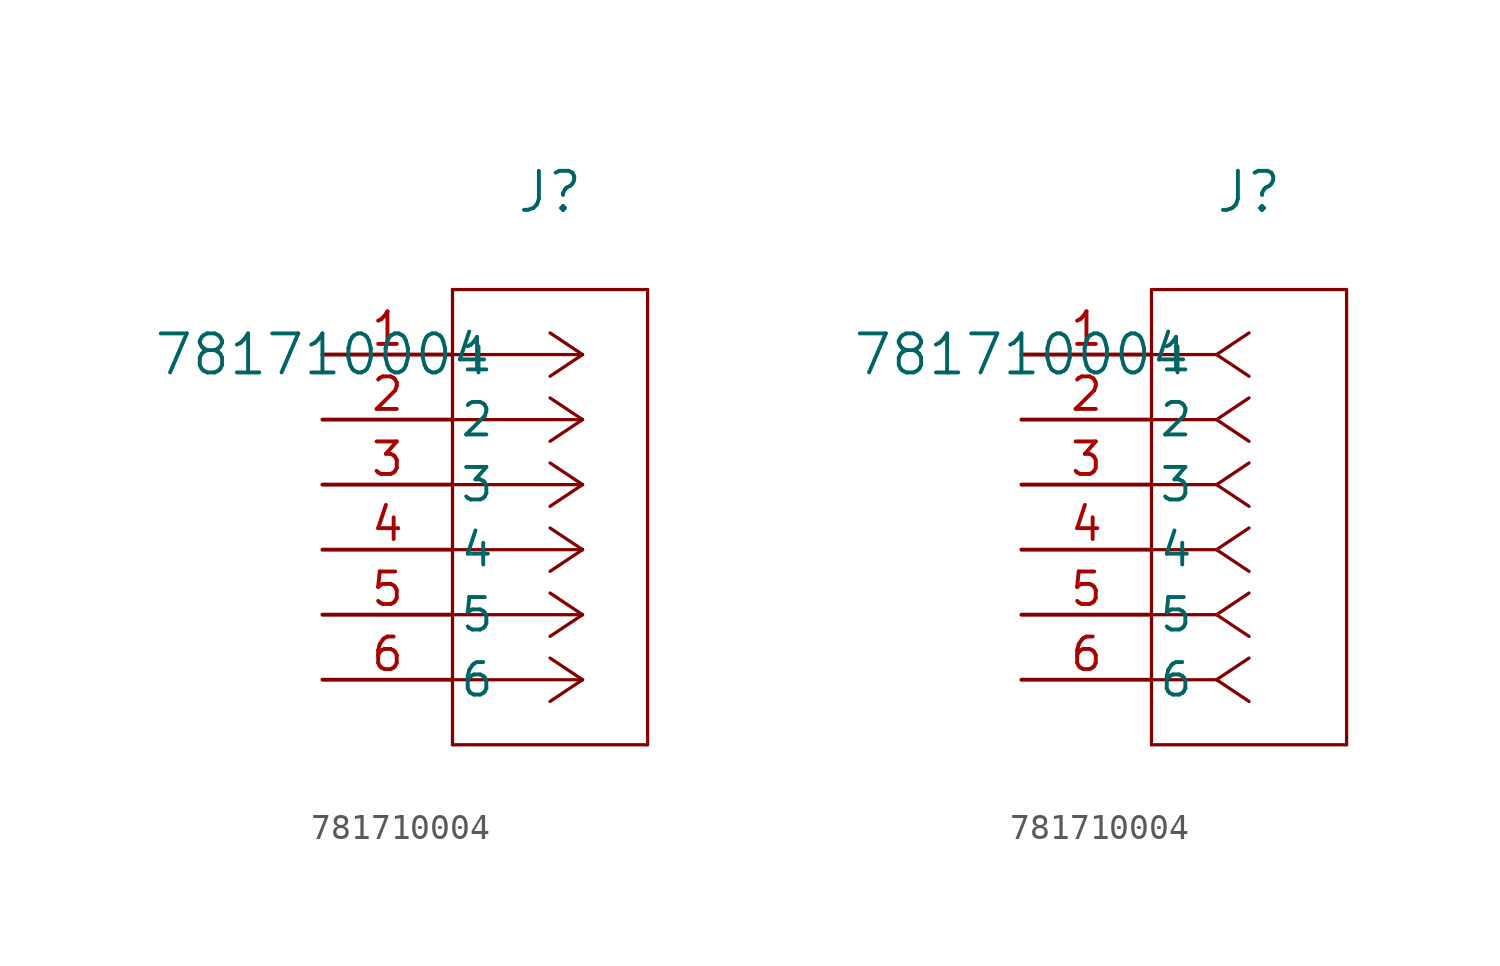
<source format=kicad_sym>
(kicad_symbol_lib
  (version 20211014)
  (generator kicad_symbol_editor)
  (symbol "781710004"
    (pin_names
      (offset 0.254))
    (property "Reference" "J"
      (at 8.89 6.35 0)
      (effects (font (size 1.524 1.524))))
    (property "Value" "781710004"
      (at 0 0 0)
      (effects (font (size 1.524 1.524))))
    (symbol "781710004_1_1"
      (polyline (pts (xy 10.16 0) (xy 5.08 0)) (stroke (width 0.127) (type default) (color 0 0 0 0)) (fill (type none)))
      (polyline (pts (xy 10.16 -2.54) (xy 5.08 -2.54)) (stroke (width 0.127) (type default) (color 0 0 0 0)) (fill (type none)))
      (polyline (pts (xy 10.16 -5.08) (xy 5.08 -5.08)) (stroke (width 0.127) (type default) (color 0 0 0 0)) (fill (type none)))
      (polyline (pts (xy 10.16 -7.62) (xy 5.08 -7.62)) (stroke (width 0.127) (type default) (color 0 0 0 0)) (fill (type none)))
      (polyline (pts (xy 10.16 -10.16) (xy 5.08 -10.16)) (stroke (width 0.127) (type default) (color 0 0 0 0)) (fill (type none)))
      (polyline (pts (xy 10.16 -12.7) (xy 5.08 -12.7)) (stroke (width 0.127) (type default) (color 0 0 0 0)) (fill (type none)))
      (polyline (pts (xy 10.16 0) (xy 8.89 0.847)) (stroke (width 0.127) (type default) (color 0 0 0 0)) (fill (type none)))
      (polyline (pts (xy 10.16 -2.54) (xy 8.89 -1.693)) (stroke (width 0.127) (type default) (color 0 0 0 0)) (fill (type none)))
      (polyline (pts (xy 10.16 -5.08) (xy 8.89 -4.233)) (stroke (width 0.127) (type default) (color 0 0 0 0)) (fill (type none)))
      (polyline (pts (xy 10.16 -7.62) (xy 8.89 -6.773)) (stroke (width 0.127) (type default) (color 0 0 0 0)) (fill (type none)))
      (polyline (pts (xy 10.16 -10.16) (xy 8.89 -9.313)) (stroke (width 0.127) (type default) (color 0 0 0 0)) (fill (type none)))
      (polyline (pts (xy 10.16 -12.7) (xy 8.89 -11.853)) (stroke (width 0.127) (type default) (color 0 0 0 0)) (fill (type none)))
      (polyline (pts (xy 10.16 0) (xy 8.89 -0.847)) (stroke (width 0.127) (type default) (color 0 0 0 0)) (fill (type none)))
      (polyline (pts (xy 10.16 -2.54) (xy 8.89 -3.387)) (stroke (width 0.127) (type default) (color 0 0 0 0)) (fill (type none)))
      (polyline (pts (xy 10.16 -5.08) (xy 8.89 -5.927)) (stroke (width 0.127) (type default) (color 0 0 0 0)) (fill (type none)))
      (polyline (pts (xy 10.16 -7.62) (xy 8.89 -8.467)) (stroke (width 0.127) (type default) (color 0 0 0 0)) (fill (type none)))
      (polyline (pts (xy 10.16 -10.16) (xy 8.89 -11.007)) (stroke (width 0.127) (type default) (color 0 0 0 0)) (fill (type none)))
      (polyline (pts (xy 10.16 -12.7) (xy 8.89 -13.547)) (stroke (width 0.127) (type default) (color 0 0 0 0)) (fill (type none)))
      (polyline (pts (xy 5.08 2.54) (xy 5.08 -15.24)) (stroke (width 0.127) (type default) (color 0 0 0 0)) (fill (type none)))
      (polyline (pts (xy 5.08 -15.24) (xy 12.7 -15.24)) (stroke (width 0.127) (type default) (color 0 0 0 0)) (fill (type none)))
      (polyline (pts (xy 12.7 -15.24) (xy 12.7 2.54)) (stroke (width 0.127) (type default) (color 0 0 0 0)) (fill (type none)))
      (polyline (pts (xy 12.7 2.54) (xy 5.08 2.54)) (stroke (width 0.127) (type default) (color 0 0 0 0)) (fill (type none)))
      (pin unspecified line (at 0 0 0) (length 5.08) (name "1" (effects (font (size 1.27 1.27)))) (number "1" (effects (font (size 1.27 1.27)))))
      (pin unspecified line (at 0 -2.54 0) (length 5.08) (name "2" (effects (font (size 1.27 1.27)))) (number "2" (effects (font (size 1.27 1.27)))))
      (pin unspecified line (at 0 -5.08 0) (length 5.08) (name "3" (effects (font (size 1.27 1.27)))) (number "3" (effects (font (size 1.27 1.27)))))
      (pin unspecified line (at 0 -7.62 0) (length 5.08) (name "4" (effects (font (size 1.27 1.27)))) (number "4" (effects (font (size 1.27 1.27)))))
      (pin unspecified line (at 0 -10.16 0) (length 5.08) (name "5" (effects (font (size 1.27 1.27)))) (number "5" (effects (font (size 1.27 1.27)))))
      (pin unspecified line (at 0 -12.7 0) (length 5.08) (name "6" (effects (font (size 1.27 1.27)))) (number "6" (effects (font (size 1.27 1.27))))))
    (symbol "781710004_1_2"
      (polyline (pts (xy 7.62 0) (xy 5.08 0)) (stroke (width 0.127) (type default) (color 0 0 0 0)) (fill (type none)))
      (polyline (pts (xy 7.62 -2.54) (xy 5.08 -2.54)) (stroke (width 0.127) (type default) (color 0 0 0 0)) (fill (type none)))
      (polyline (pts (xy 7.62 -5.08) (xy 5.08 -5.08)) (stroke (width 0.127) (type default) (color 0 0 0 0)) (fill (type none)))
      (polyline (pts (xy 7.62 -7.62) (xy 5.08 -7.62)) (stroke (width 0.127) (type default) (color 0 0 0 0)) (fill (type none)))
      (polyline (pts (xy 7.62 -10.16) (xy 5.08 -10.16)) (stroke (width 0.127) (type default) (color 0 0 0 0)) (fill (type none)))
      (polyline (pts (xy 7.62 -12.7) (xy 5.08 -12.7)) (stroke (width 0.127) (type default) (color 0 0 0 0)) (fill (type none)))
      (polyline (pts (xy 7.62 0) (xy 8.89 0.847)) (stroke (width 0.127) (type default) (color 0 0 0 0)) (fill (type none)))
      (polyline (pts (xy 7.62 -2.54) (xy 8.89 -1.693)) (stroke (width 0.127) (type default) (color 0 0 0 0)) (fill (type none)))
      (polyline (pts (xy 7.62 -5.08) (xy 8.89 -4.233)) (stroke (width 0.127) (type default) (color 0 0 0 0)) (fill (type none)))
      (polyline (pts (xy 7.62 -7.62) (xy 8.89 -6.773)) (stroke (width 0.127) (type default) (color 0 0 0 0)) (fill (type none)))
      (polyline (pts (xy 7.62 -10.16) (xy 8.89 -9.313)) (stroke (width 0.127) (type default) (color 0 0 0 0)) (fill (type none)))
      (polyline (pts (xy 7.62 -12.7) (xy 8.89 -11.853)) (stroke (width 0.127) (type default) (color 0 0 0 0)) (fill (type none)))
      (polyline (pts (xy 7.62 0) (xy 8.89 -0.847)) (stroke (width 0.127) (type default) (color 0 0 0 0)) (fill (type none)))
      (polyline (pts (xy 7.62 -2.54) (xy 8.89 -3.387)) (stroke (width 0.127) (type default) (color 0 0 0 0)) (fill (type none)))
      (polyline (pts (xy 7.62 -5.08) (xy 8.89 -5.927)) (stroke (width 0.127) (type default) (color 0 0 0 0)) (fill (type none)))
      (polyline (pts (xy 7.62 -7.62) (xy 8.89 -8.467)) (stroke (width 0.127) (type default) (color 0 0 0 0)) (fill (type none)))
      (polyline (pts (xy 7.62 -10.16) (xy 8.89 -11.007)) (stroke (width 0.127) (type default) (color 0 0 0 0)) (fill (type none)))
      (polyline (pts (xy 7.62 -12.7) (xy 8.89 -13.547)) (stroke (width 0.127) (type default) (color 0 0 0 0)) (fill (type none)))
      (polyline (pts (xy 5.08 2.54) (xy 5.08 -15.24)) (stroke (width 0.127) (type default) (color 0 0 0 0)) (fill (type none)))
      (polyline (pts (xy 5.08 -15.24) (xy 12.7 -15.24)) (stroke (width 0.127) (type default) (color 0 0 0 0)) (fill (type none)))
      (polyline (pts (xy 12.7 -15.24) (xy 12.7 2.54)) (stroke (width 0.127) (type default) (color 0 0 0 0)) (fill (type none)))
      (polyline (pts (xy 12.7 2.54) (xy 5.08 2.54)) (stroke (width 0.127) (type default) (color 0 0 0 0)) (fill (type none)))
      (pin unspecified line (at 0 0 0) (length 5.08) (name "1" (effects (font (size 1.27 1.27)))) (number "1" (effects (font (size 1.27 1.27)))))
      (pin unspecified line (at 0 -2.54 0) (length 5.08) (name "2" (effects (font (size 1.27 1.27)))) (number "2" (effects (font (size 1.27 1.27)))))
      (pin unspecified line (at 0 -5.08 0) (length 5.08) (name "3" (effects (font (size 1.27 1.27)))) (number "3" (effects (font (size 1.27 1.27)))))
      (pin unspecified line (at 0 -7.62 0) (length 5.08) (name "4" (effects (font (size 1.27 1.27)))) (number "4" (effects (font (size 1.27 1.27)))))
      (pin unspecified line (at 0 -10.16 0) (length 5.08) (name "5" (effects (font (size 1.27 1.27)))) (number "5" (effects (font (size 1.27 1.27)))))
      (pin unspecified line (at 0 -12.7 0) (length 5.08) (name "6" (effects (font (size 1.27 1.27)))) (number "6" (effects (font (size 1.27 1.27))))))))
</source>
